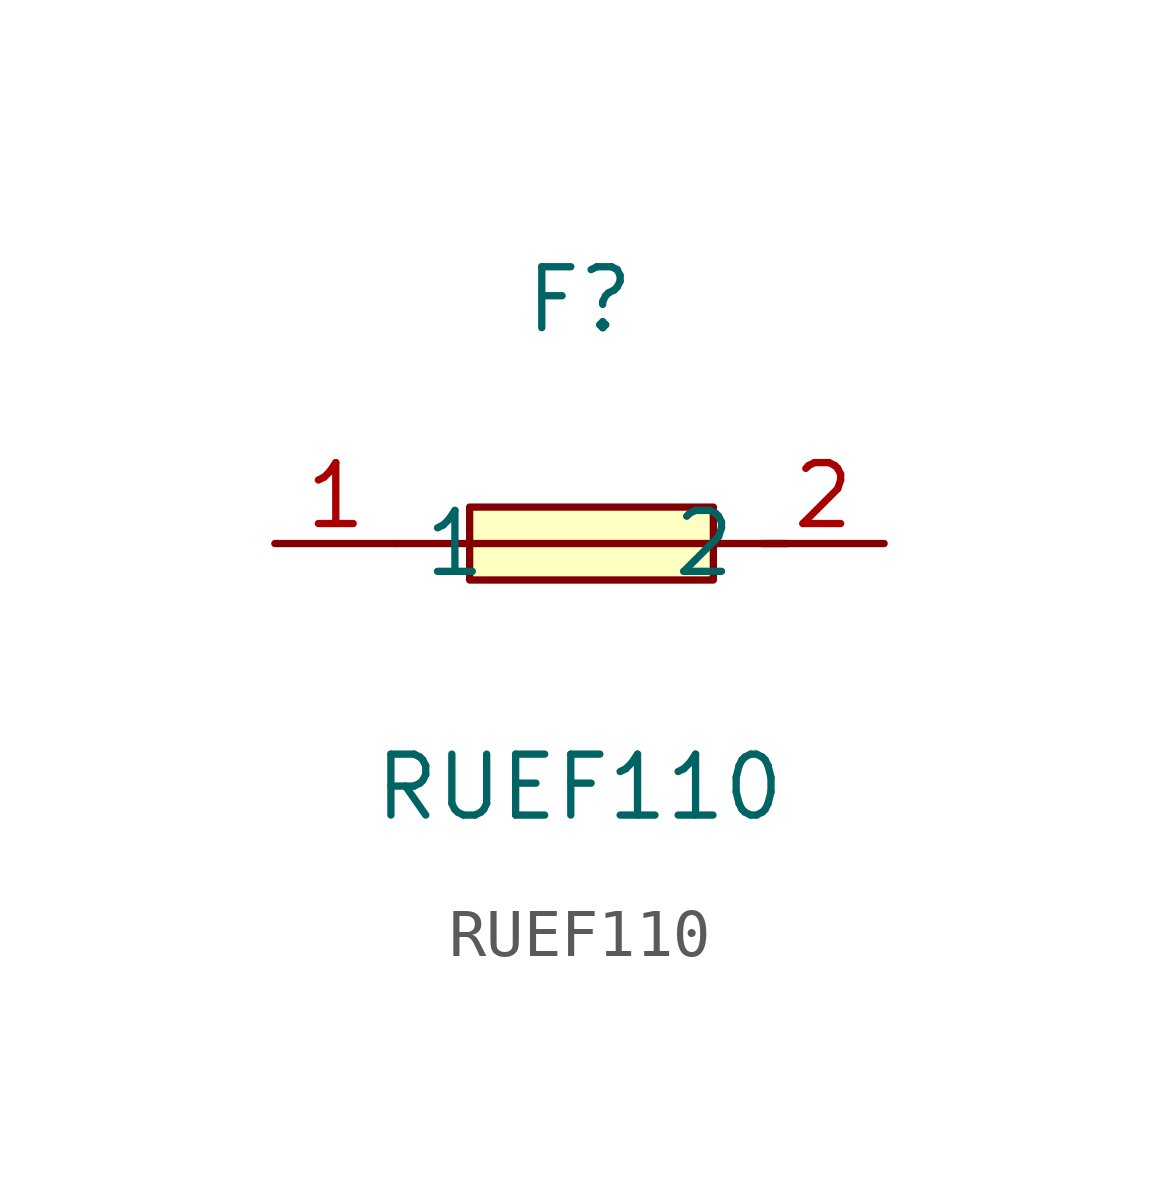
<source format=kicad_sym>
(kicad_symbol_lib
  (version 1)
  (generator "faebryk")
  (symbol "RUEF110"
    (property "Reference" "F"
      (at 0 5.08 0)
      (effects (font (size 1.27 1.27)) (hide no)))
    (property "Value" "RUEF110"
      (at 0 -5.08 0)
      (effects (font (size 1.27 1.27)) (hide no)))
    (symbol "RUEF110_0_1"
      (polyline (stroke (width 0) (type default) (color 0 0 0 0)) (fill (type none)) (pts (xy -3.81 0) (xy 4.32 0)))
      (polyline (stroke (width 0) (type default) (color 0 0 0 0)) (fill (type background)) (pts (xy -2.29 0.76) (xy -2.29 -0.76) (xy 2.79 -0.76) (xy 2.79 0.76) (xy -2.29 0.76)))
      (pin unspecified line (at -6.35 0 0) (length 2.54) (name "1" (effects (font (size 1.27 1.27)) (hide no))) (number "1" (effects (font (size 1.27 1.27)) (hide no))))
      (pin unspecified line (at 6.35 0 180) (length 2.54) (name "2" (effects (font (size 1.27 1.27)) (hide no))) (number "2" (effects (font (size 1.27 1.27)) (hide no)))))))
</source>
